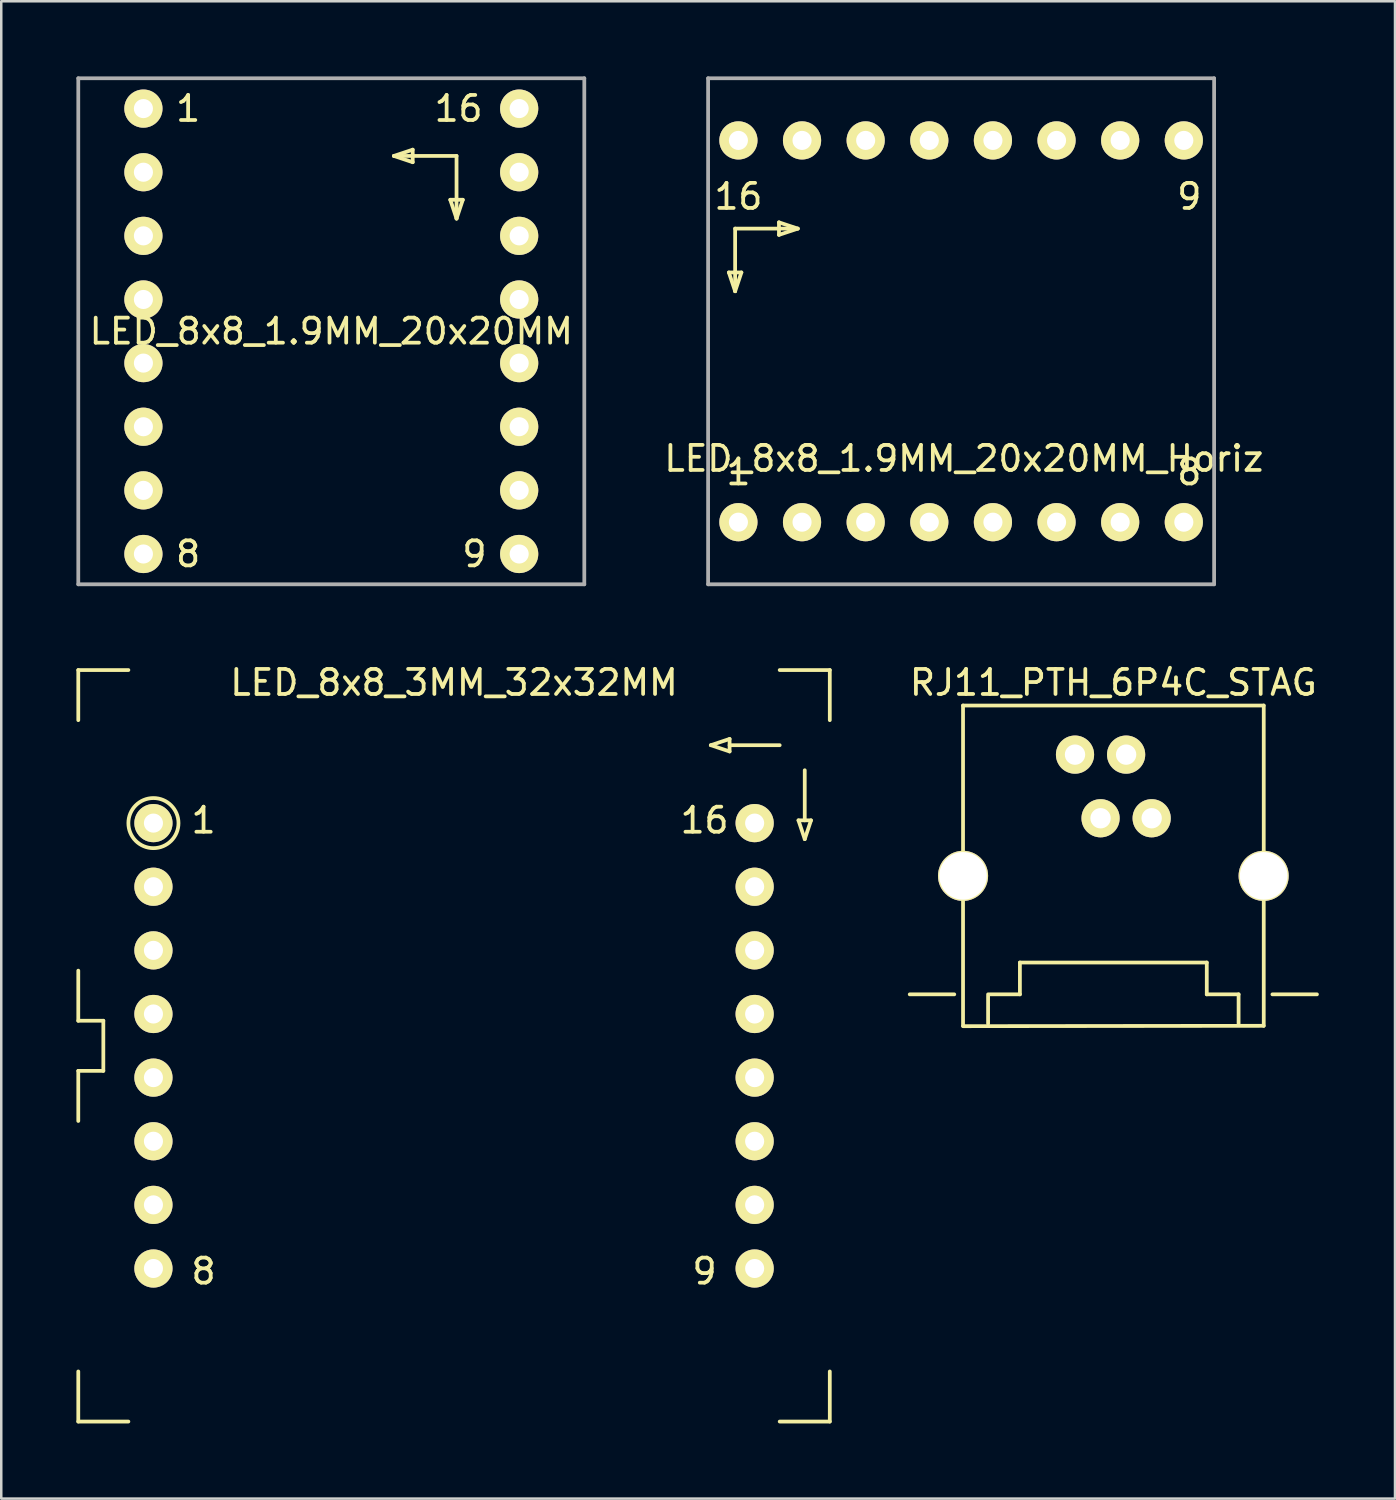
<source format=kicad_pcb>
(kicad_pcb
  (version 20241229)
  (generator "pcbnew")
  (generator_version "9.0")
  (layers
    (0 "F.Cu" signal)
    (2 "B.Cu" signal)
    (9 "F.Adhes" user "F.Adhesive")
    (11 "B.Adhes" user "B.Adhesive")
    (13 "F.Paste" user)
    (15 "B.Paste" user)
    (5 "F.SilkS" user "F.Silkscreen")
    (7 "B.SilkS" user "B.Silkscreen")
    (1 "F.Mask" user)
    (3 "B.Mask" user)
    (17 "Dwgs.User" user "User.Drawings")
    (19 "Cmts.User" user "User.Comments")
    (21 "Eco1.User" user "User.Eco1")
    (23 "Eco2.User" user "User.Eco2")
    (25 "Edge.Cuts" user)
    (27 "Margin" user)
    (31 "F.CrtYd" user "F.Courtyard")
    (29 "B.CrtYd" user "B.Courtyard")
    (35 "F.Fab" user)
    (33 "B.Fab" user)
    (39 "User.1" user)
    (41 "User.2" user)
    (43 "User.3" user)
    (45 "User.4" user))
  (footprint "LED_8x8_1.9MM_20x20MM"
    (layer "F.Cu")
    (at 10.175 10.175)
    (property "Reference" "LED_8x8_1.9MM_20x20MM" (at 0 0 0) (layer "F.SilkS") (effects (font (size 1 1) (thickness 0.15))))
    (attr through_hole)
    (fp_line (start 2.5 -7) (end 3.25 -7.25) (stroke (width 0.15) (type solid)) (layer "F.SilkS"))
    (fp_line (start 3.25 -7.25) (end 3.25 -6.75) (stroke (width 0.15) (type solid)) (layer "F.SilkS"))
    (fp_line (start 3.25 -6.75) (end 2.5 -7) (stroke (width 0.15) (type solid)) (layer "F.SilkS"))
    (fp_line (start 4.75 -5.25) (end 5 -4.5) (stroke (width 0.15) (type solid)) (layer "F.SilkS"))
    (fp_line (start 5 -7) (end 2.5 -7) (stroke (width 0.15) (type solid)) (layer "F.SilkS"))
    (fp_line (start 5 -7) (end 5 -4.5) (stroke (width 0.15) (type solid)) (layer "F.SilkS"))
    (fp_line (start 5 -4.5) (end 5.25 -5.25) (stroke (width 0.15) (type solid)) (layer "F.SilkS"))
    (fp_line (start 5.25 -5.25) (end 4.75 -5.25) (stroke (width 0.15) (type solid)) (layer "F.SilkS"))
    (fp_line (start -10.1 -10.1) (end 10.1 -10.1) (stroke (width 0.15) (type solid)) (layer "F.Fab"))
    (fp_line (start -10.1 10.1) (end -10.1 -10.1) (stroke (width 0.15) (type solid)) (layer "F.Fab"))
    (fp_line (start 10.1 -10.1) (end 10.1 10.1) (stroke (width 0.15) (type solid)) (layer "F.Fab"))
    (fp_line (start 10.1 10.1) (end -10.1 10.1) (stroke (width 0.15) (type solid)) (layer "F.Fab"))
    (fp_text user "1" (at -5.715 -8.89 0) (layer "F.SilkS") (effects (font (size 1 1) (thickness 0.15))))
    (fp_text user "9" (at 5.715 8.89 0) (layer "F.SilkS") (effects (font (size 1 1) (thickness 0.15))))
    (fp_text user "8" (at -5.715 8.89 0) (layer "F.SilkS") (effects (font (size 1 1) (thickness 0.15))))
    (fp_text user "16" (at 5.08 -8.89 0) (layer "F.SilkS") (effects (font (size 1 1) (thickness 0.15))))
    (pad "1" thru_hole circle (at -7.5 -8.89) (size 1.524 1.524) (drill 0.762) (layers "*.Cu" "*.Mask" "F.SilkS"))
    (pad "2" thru_hole circle (at -7.5 -6.35) (size 1.524 1.524) (drill 0.762) (layers "*.Cu" "*.Mask" "F.SilkS"))
    (pad "3" thru_hole circle (at -7.5 -3.81) (size 1.524 1.524) (drill 0.762) (layers "*.Cu" "*.Mask" "F.SilkS"))
    (pad "4" thru_hole circle (at -7.5 -1.27) (size 1.524 1.524) (drill 0.762) (layers "*.Cu" "*.Mask" "F.SilkS"))
    (pad "5" thru_hole circle (at -7.5 1.27) (size 1.524 1.524) (drill 0.762) (layers "*.Cu" "*.Mask" "F.SilkS"))
    (pad "6" thru_hole circle (at -7.5 3.81) (size 1.524 1.524) (drill 0.762) (layers "*.Cu" "*.Mask" "F.SilkS"))
    (pad "7" thru_hole circle (at -7.5 6.35) (size 1.524 1.524) (drill 0.762) (layers "*.Cu" "*.Mask" "F.SilkS"))
    (pad "8" thru_hole circle (at -7.5 8.89) (size 1.524 1.524) (drill 0.762) (layers "*.Cu" "*.Mask" "F.SilkS"))
    (pad "9" thru_hole circle (at 7.5 8.89) (size 1.524 1.524) (drill 0.762) (layers "*.Cu" "*.Mask" "F.SilkS"))
    (pad "10" thru_hole circle (at 7.5 6.35) (size 1.524 1.524) (drill 0.762) (layers "*.Cu" "*.Mask" "F.SilkS"))
    (pad "11" thru_hole circle (at 7.5 3.81) (size 1.524 1.524) (drill 0.762) (layers "*.Cu" "*.Mask" "F.SilkS"))
    (pad "12" thru_hole circle (at 7.5 1.27) (size 1.524 1.524) (drill 0.762) (layers "*.Cu" "*.Mask" "F.SilkS"))
    (pad "13" thru_hole circle (at 7.5 -1.27) (size 1.524 1.524) (drill 0.762) (layers "*.Cu" "*.Mask" "F.SilkS"))
    (pad "14" thru_hole circle (at 7.5 -3.81) (size 1.524 1.524) (drill 0.762) (layers "*.Cu" "*.Mask" "F.SilkS"))
    (pad "15" thru_hole circle (at 7.5 -6.35) (size 1.524 1.524) (drill 0.762) (layers "*.Cu" "*.Mask" "F.SilkS"))
    (pad "16" thru_hole circle (at 7.5 -8.89) (size 1.524 1.524) (drill 0.762) (layers "*.Cu" "*.Mask" "F.SilkS")))
  (footprint "LED_8x8_3MM_32x32MM"
    (layer "F.Cu")
    (at 15.075 38.698)
    (property "Reference" "LED_8x8_3MM_32x32MM" (at 0 -14.5 0) (layer "F.SilkS") (effects (font (size 1 1) (thickness 0.15))))
    (attr through_hole)
    (fp_line (start -15 -15) (end -13 -15) (stroke (width 0.15) (type solid)) (layer "F.SilkS"))
    (fp_line (start -15 -13) (end -15 -15) (stroke (width 0.15) (type solid)) (layer "F.SilkS"))
    (fp_line (start -15 -1) (end -15 -3) (stroke (width 0.15) (type solid)) (layer "F.SilkS"))
    (fp_line (start -15 -1) (end -14 -1) (stroke (width 0.15) (type solid)) (layer "F.SilkS"))
    (fp_line (start -15 1) (end -15 3) (stroke (width 0.15) (type solid)) (layer "F.SilkS"))
    (fp_line (start -15 15) (end -15 13) (stroke (width 0.15) (type solid)) (layer "F.SilkS"))
    (fp_line (start -14 -1) (end -14 1) (stroke (width 0.15) (type solid)) (layer "F.SilkS"))
    (fp_line (start -14 1) (end -15 1) (stroke (width 0.15) (type solid)) (layer "F.SilkS"))
    (fp_line (start -13 15) (end -15 15) (stroke (width 0.15) (type solid)) (layer "F.SilkS"))
    (fp_line (start 10.25 -12) (end 11 -11.75) (stroke (width 0.15) (type solid)) (layer "F.SilkS"))
    (fp_line (start 11 -12.25) (end 10.25 -12) (stroke (width 0.15) (type solid)) (layer "F.SilkS"))
    (fp_line (start 11 -11.75) (end 11 -12.25) (stroke (width 0.15) (type solid)) (layer "F.SilkS"))
    (fp_line (start 13 -15) (end 15 -15) (stroke (width 0.15) (type solid)) (layer "F.SilkS"))
    (fp_line (start 13 -12) (end 11 -12) (stroke (width 0.15) (type solid)) (layer "F.SilkS"))
    (fp_line (start 13.75 -9) (end 14.25 -9) (stroke (width 0.15) (type solid)) (layer "F.SilkS"))
    (fp_line (start 14 -11) (end 14 -9) (stroke (width 0.15) (type solid)) (layer "F.SilkS"))
    (fp_line (start 14 -8.25) (end 13.75 -9) (stroke (width 0.15) (type solid)) (layer "F.SilkS"))
    (fp_line (start 14.25 -9) (end 14 -8.25) (stroke (width 0.15) (type solid)) (layer "F.SilkS"))
    (fp_line (start 15 -15) (end 15 -13) (stroke (width 0.15) (type solid)) (layer "F.SilkS"))
    (fp_line (start 15 13) (end 15 15) (stroke (width 0.15) (type solid)) (layer "F.SilkS"))
    (fp_line (start 15 15) (end 13 15) (stroke (width 0.15) (type solid)) (layer "F.SilkS"))
    (fp_circle (center -12 -8.89) (end -12 -7.89) (stroke (width 0.15) (type solid)) (fill no) (layer "F.SilkS"))
    (fp_text user "1" (at -10 -9 0) (layer "F.SilkS") (effects (font (size 1 1) (thickness 0.15))))
    (fp_text user "9" (at 10 9 0) (layer "F.SilkS") (effects (font (size 1 1) (thickness 0.15))))
    (fp_text user "16" (at 10 -9 0) (layer "F.SilkS") (effects (font (size 1 1) (thickness 0.15))))
    (fp_text user "8" (at -10 9 0) (layer "F.SilkS") (effects (font (size 1 1) (thickness 0.15))))
    (pad "1" thru_hole circle (at -12 -8.89) (size 1.524 1.524) (drill 0.762) (layers "*.Cu" "*.Mask" "F.SilkS"))
    (pad "2" thru_hole circle (at -12 -6.35) (size 1.524 1.524) (drill 0.762) (layers "*.Cu" "*.Mask" "F.SilkS"))
    (pad "3" thru_hole circle (at -12 -3.81) (size 1.524 1.524) (drill 0.762) (layers "*.Cu" "*.Mask" "F.SilkS"))
    (pad "4" thru_hole circle (at -12 -1.27) (size 1.524 1.524) (drill 0.762) (layers "*.Cu" "*.Mask" "F.SilkS"))
    (pad "5" thru_hole circle (at -12 1.27) (size 1.524 1.524) (drill 0.762) (layers "*.Cu" "*.Mask" "F.SilkS"))
    (pad "6" thru_hole circle (at -12 3.81) (size 1.524 1.524) (drill 0.762) (layers "*.Cu" "*.Mask" "F.SilkS"))
    (pad "7" thru_hole circle (at -12 6.35) (size 1.524 1.524) (drill 0.762) (layers "*.Cu" "*.Mask" "F.SilkS"))
    (pad "8" thru_hole circle (at -12 8.89) (size 1.524 1.524) (drill 0.762) (layers "*.Cu" "*.Mask" "F.SilkS"))
    (pad "9" thru_hole circle (at 12 8.89) (size 1.524 1.524) (drill 0.762) (layers "*.Cu" "*.Mask" "F.SilkS"))
    (pad "10" thru_hole circle (at 12 6.35) (size 1.524 1.524) (drill 0.762) (layers "*.Cu" "*.Mask" "F.SilkS"))
    (pad "11" thru_hole circle (at 12 3.81) (size 1.524 1.524) (drill 0.762) (layers "*.Cu" "*.Mask" "F.SilkS"))
    (pad "12" thru_hole circle (at 12 1.27) (size 1.524 1.524) (drill 0.762) (layers "*.Cu" "*.Mask" "F.SilkS"))
    (pad "13" thru_hole circle (at 12 -1.27) (size 1.524 1.524) (drill 0.762) (layers "*.Cu" "*.Mask" "F.SilkS"))
    (pad "14" thru_hole circle (at 12 -3.81) (size 1.524 1.524) (drill 0.762) (layers "*.Cu" "*.Mask" "F.SilkS"))
    (pad "15" thru_hole circle (at 12 -6.35) (size 1.524 1.524) (drill 0.762) (layers "*.Cu" "*.Mask" "F.SilkS"))
    (pad "16" thru_hole circle (at 12 -8.89) (size 1.524 1.524) (drill 0.762) (layers "*.Cu" "*.Mask" "F.SilkS")))
  (footprint "RJ11_PTH_6P4C_STAG"
    (layer "F.Cu")
    (at 41.394 37.914)
    (property "Reference" "RJ11_PTH_6P4C_STAG" (at 0 -13.716 0) (layer "F.SilkS") (effects (font (size 1 1) (thickness 0.15))))
    (attr through_hole)
    (fp_line (start -6.35 -1.27) (end -8.128 -1.27) (stroke (width 0.15) (type solid)) (layer "F.SilkS"))
    (fp_line (start -6 -12.8) (end -6 -0.014) (stroke (width 0.15) (type solid)) (layer "F.SilkS"))
    (fp_line (start -6 -12.8) (end 6 -12.8) (stroke (width 0.15) (type solid)) (layer "F.SilkS"))
    (fp_line (start -6 0) (end 6 -0.014) (stroke (width 0.15) (type solid)) (layer "F.SilkS"))
    (fp_line (start -5 -1.27) (end -3.73 -1.27) (stroke (width 0.15) (type solid)) (layer "F.SilkS"))
    (fp_line (start -5 -1.2) (end -5 -0.1) (stroke (width 0.15) (type solid)) (layer "F.SilkS"))
    (fp_line (start -3.73 -2.54) (end 3.73 -2.54) (stroke (width 0.15) (type solid)) (layer "F.SilkS"))
    (fp_line (start -3.73 -1.27) (end -3.73 -2.54) (stroke (width 0.15) (type solid)) (layer "F.SilkS"))
    (fp_line (start 3.73 -2.54) (end 3.73 -1.27) (stroke (width 0.15) (type solid)) (layer "F.SilkS"))
    (fp_line (start 3.73 -1.27) (end 5 -1.27) (stroke (width 0.15) (type solid)) (layer "F.SilkS"))
    (fp_line (start 5 -1.27) (end 5 -0.1) (stroke (width 0.15) (type solid)) (layer "F.SilkS"))
    (fp_line (start 6.004 -12.8) (end 6.004 -0.014) (stroke (width 0.15) (type solid)) (layer "F.SilkS"))
    (fp_line (start 6.35 -1.27) (end 8.128 -1.27) (stroke (width 0.15) (type solid)) (layer "F.SilkS"))
    (pad "" np_thru_hole circle (at -6 -6) (size 2 2) (drill 1.9) (layers "*.Cu" "*.Mask" "F.SilkS"))
    (pad "" np_thru_hole circle (at 6 -6) (size 2 2) (drill 1.9) (layers "*.Cu" "*.Mask" "F.SilkS"))
    (pad "1" thru_hole circle (at -1.53 -10.84) (size 1.524 1.524) (drill 0.813) (layers "*.Cu" "*.Mask" "F.SilkS"))
    (pad "2" thru_hole circle (at -0.51 -8.3) (size 1.524 1.524) (drill 0.813) (layers "*.Cu" "*.Mask" "F.SilkS"))
    (pad "3" thru_hole circle (at 0.51 -10.84) (size 1.524 1.524) (drill 0.813) (layers "*.Cu" "*.Mask" "F.SilkS"))
    (pad "4" thru_hole circle (at 1.53 -8.3) (size 1.524 1.524) (drill 0.813) (layers "*.Cu" "*.Mask" "F.SilkS")))
  (footprint "LED_8x8_1.9MM_20x20MM_Horiz"
    (layer "F.Cu")
    (at 26.427 17.795)
    (property "Reference" "LED_8x8_1.9MM_20x20MM_Horiz" (at 9 -2.54 0) (layer "F.SilkS") (effects (font (size 1 1) (thickness 0.15))))
    (attr through_hole)
    (fp_line (start -0.381 -9.969) (end 0.119 -9.969) (stroke (width 0.15) (type solid)) (layer "F.SilkS"))
    (fp_line (start -0.131 -11.719) (end -0.131 -9.219) (stroke (width 0.15) (type solid)) (layer "F.SilkS"))
    (fp_line (start -0.131 -11.719) (end 2.369 -11.719) (stroke (width 0.15) (type solid)) (layer "F.SilkS"))
    (fp_line (start -0.131 -9.219) (end -0.381 -9.969) (stroke (width 0.15) (type solid)) (layer "F.SilkS"))
    (fp_line (start 0.119 -9.969) (end -0.131 -9.219) (stroke (width 0.15) (type solid)) (layer "F.SilkS"))
    (fp_line (start 1.619 -11.969) (end 1.619 -11.469) (stroke (width 0.15) (type solid)) (layer "F.SilkS"))
    (fp_line (start 1.619 -11.469) (end 2.369 -11.719) (stroke (width 0.15) (type solid)) (layer "F.SilkS"))
    (fp_line (start 2.369 -11.719) (end 1.619 -11.969) (stroke (width 0.15) (type solid)) (layer "F.SilkS"))
    (fp_line (start -1.21 -17.72) (end 18.99 -17.72) (stroke (width 0.15) (type solid)) (layer "F.Fab"))
    (fp_line (start -1.21 2.48) (end -1.21 -17.72) (stroke (width 0.15) (type solid)) (layer "F.Fab"))
    (fp_line (start 18.99 -17.72) (end 18.99 2.48) (stroke (width 0.15) (type solid)) (layer "F.Fab"))
    (fp_line (start 18.99 2.48) (end -1.21 2.48) (stroke (width 0.15) (type solid)) (layer "F.Fab"))
    (fp_text user "9" (at 18 -13 0) (layer "F.SilkS") (effects (font (size 1 1) (thickness 0.15))))
    (fp_text user "8" (at 18 -2 0) (layer "F.SilkS") (effects (font (size 1 1) (thickness 0.15))))
    (fp_text user "1" (at 0 -2 0) (layer "F.SilkS") (effects (font (size 1 1) (thickness 0.15))))
    (fp_text user "16" (at 0 -13 0) (layer "F.SilkS") (effects (font (size 1 1) (thickness 0.15))))
    (pad "1" thru_hole circle (at 0 0) (size 1.524 1.524) (drill 0.762) (layers "*.Cu" "*.Mask" "F.SilkS"))
    (pad "2" thru_hole circle (at 2.54 0) (size 1.524 1.524) (drill 0.762) (layers "*.Cu" "*.Mask" "F.SilkS"))
    (pad "3" thru_hole circle (at 5.08 0) (size 1.524 1.524) (drill 0.762) (layers "*.Cu" "*.Mask" "F.SilkS"))
    (pad "4" thru_hole circle (at 7.62 0) (size 1.524 1.524) (drill 0.762) (layers "*.Cu" "*.Mask" "F.SilkS"))
    (pad "5" thru_hole circle (at 10.16 0) (size 1.524 1.524) (drill 0.762) (layers "*.Cu" "*.Mask" "F.SilkS"))
    (pad "6" thru_hole circle (at 12.7 0) (size 1.524 1.524) (drill 0.762) (layers "*.Cu" "*.Mask" "F.SilkS"))
    (pad "7" thru_hole circle (at 15.24 0) (size 1.524 1.524) (drill 0.762) (layers "*.Cu" "*.Mask" "F.SilkS"))
    (pad "8" thru_hole circle (at 17.78 0) (size 1.524 1.524) (drill 0.762) (layers "*.Cu" "*.Mask" "F.SilkS"))
    (pad "9" thru_hole circle (at 17.78 -15.24) (size 1.524 1.524) (drill 0.762) (layers "*.Cu" "*.Mask" "F.SilkS"))
    (pad "10" thru_hole circle (at 15.24 -15.24) (size 1.524 1.524) (drill 0.762) (layers "*.Cu" "*.Mask" "F.SilkS"))
    (pad "11" thru_hole circle (at 12.7 -15.24) (size 1.524 1.524) (drill 0.762) (layers "*.Cu" "*.Mask" "F.SilkS"))
    (pad "12" thru_hole circle (at 10.16 -15.24) (size 1.524 1.524) (drill 0.762) (layers "*.Cu" "*.Mask" "F.SilkS"))
    (pad "13" thru_hole circle (at 7.62 -15.24) (size 1.524 1.524) (drill 0.762) (layers "*.Cu" "*.Mask" "F.SilkS"))
    (pad "14" thru_hole circle (at 5.08 -15.24) (size 1.524 1.524) (drill 0.762) (layers "*.Cu" "*.Mask" "F.SilkS"))
    (pad "15" thru_hole circle (at 2.54 -15.24) (size 1.524 1.524) (drill 0.762) (layers "*.Cu" "*.Mask" "F.SilkS"))
    (pad "16" thru_hole circle (at 0 -15.24) (size 1.524 1.524) (drill 0.762) (layers "*.Cu" "*.Mask" "F.SilkS")))
  (gr_rect
    (start -3 -3)
    (end 52.638 56.773)
    (stroke (width 0.1) (type default))
    (fill no)
    (layer "Edge.Cuts")))
</source>
